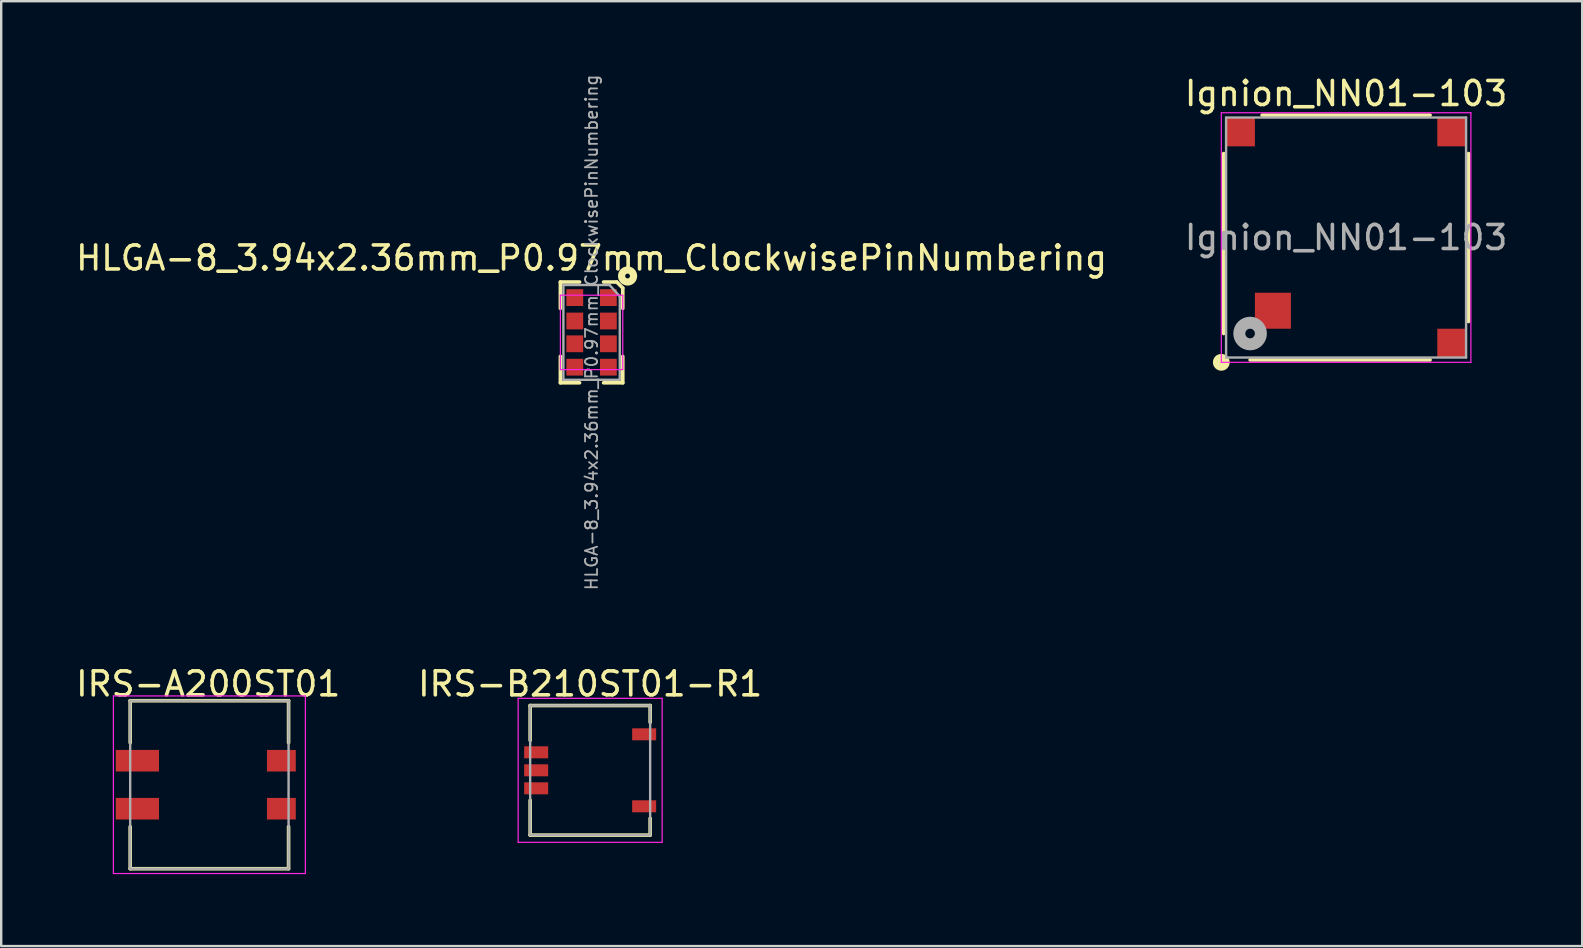
<source format=kicad_pcb>
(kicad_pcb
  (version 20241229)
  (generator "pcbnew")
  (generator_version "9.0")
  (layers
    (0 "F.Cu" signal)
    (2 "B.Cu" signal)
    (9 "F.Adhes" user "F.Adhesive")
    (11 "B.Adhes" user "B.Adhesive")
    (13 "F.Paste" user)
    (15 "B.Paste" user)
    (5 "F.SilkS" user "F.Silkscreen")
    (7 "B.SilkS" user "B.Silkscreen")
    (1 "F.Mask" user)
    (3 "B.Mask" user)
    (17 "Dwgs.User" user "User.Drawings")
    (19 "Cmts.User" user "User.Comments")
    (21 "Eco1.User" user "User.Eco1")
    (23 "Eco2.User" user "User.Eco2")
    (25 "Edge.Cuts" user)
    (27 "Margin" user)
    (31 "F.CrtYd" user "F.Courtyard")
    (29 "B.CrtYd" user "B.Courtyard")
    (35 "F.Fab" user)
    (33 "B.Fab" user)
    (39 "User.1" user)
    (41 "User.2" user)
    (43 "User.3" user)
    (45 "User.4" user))
  (footprint "HLGA-8_3.94x2.36mm_P0.97mm_ClockwisePinNumbering"
    (layer "F.Cu")
    (at 21.601 10.801)
    (property "Reference" "HLGA-8_3.94x2.36mm_P0.97mm_ClockwisePinNumbering" (at 0 -3.1 0) (layer "F.SilkS") (effects (font (size 1 1) (thickness 0.15))))
    (attr smd)
    (fp_line (start -1.3 -2.1) (end -1.3 -1) (stroke (width 0.15) (type solid)) (layer "F.SilkS"))
    (fp_line (start -1.3 -2.1) (end -0.5 -2.1) (stroke (width 0.15) (type solid)) (layer "F.SilkS"))
    (fp_line (start -1.3 2.1) (end -1.3 1) (stroke (width 0.15) (type solid)) (layer "F.SilkS"))
    (fp_line (start -0.5 2.1) (end -1.3 2.1) (stroke (width 0.15) (type solid)) (layer "F.SilkS"))
    (fp_line (start 0.5 -2.1) (end 1.05 -2.1) (stroke (width 0.15) (type solid)) (layer "F.SilkS"))
    (fp_line (start 1.05 -2.1) (end 1.3 -1.85) (stroke (width 0.15) (type solid)) (layer "F.SilkS"))
    (fp_line (start 1.3 -1.85) (end 1.3 -1) (stroke (width 0.15) (type solid)) (layer "F.SilkS"))
    (fp_line (start 1.3 2.1) (end 0.5 2.1) (stroke (width 0.15) (type solid)) (layer "F.SilkS"))
    (fp_line (start 1.3 2.1) (end 1.3 1) (stroke (width 0.15) (type solid)) (layer "F.SilkS"))
    (fp_circle (center 1.5 -2.35) (end 1.6 -2.35) (stroke (width 0.3) (type solid)) (fill no) (layer "F.SilkS"))
    (fp_line (start -1.3 -1.55) (end 1.3 -1.55) (stroke (width 0.05) (type solid)) (layer "F.CrtYd"))
    (fp_line (start -1.3 1.55) (end -1.3 -1.55) (stroke (width 0.05) (type solid)) (layer "F.CrtYd"))
    (fp_line (start 1.3 -1.55) (end 1.3 1.55) (stroke (width 0.05) (type solid)) (layer "F.CrtYd"))
    (fp_line (start 1.3 1.55) (end -1.3 1.55) (stroke (width 0.05) (type solid)) (layer "F.CrtYd"))
    (fp_line (start -1.175 -1.975) (end -1.175 1.975) (stroke (width 0.1) (type solid)) (layer "F.Fab"))
    (fp_line (start -1.175 -1.975) (end 0.75 -1.975) (stroke (width 0.1) (type solid)) (layer "F.Fab"))
    (fp_line (start 1.175 -1.5) (end 0.75 -1.975) (stroke (width 0.1) (type solid)) (layer "F.Fab"))
    (fp_line (start 1.175 1.975) (end -1.175 1.975) (stroke (width 0.1) (type solid)) (layer "F.Fab"))
    (fp_line (start 1.175 1.975) (end 1.175 -1.5) (stroke (width 0.1) (type solid)) (layer "F.Fab"))
    (fp_text user "${REFERENCE}" (at 0 0 270) (layer "F.Fab") (effects (font (size 0.5 0.5) (thickness 0.075))))
    (pad "1" smd rect (at 0.7 -1.45) (size 0.7 0.7) (layers "F.Cu" "F.Mask" "F.Paste"))
    (pad "2" smd rect (at 0.7 -0.475) (size 0.7 0.7) (layers "F.Cu" "F.Mask" "F.Paste"))
    (pad "3" smd rect (at 0.7 0.475) (size 0.7 0.7) (layers "F.Cu" "F.Mask" "F.Paste"))
    (pad "4" smd rect (at 0.7 1.45) (size 0.7 0.7) (layers "F.Cu" "F.Mask" "F.Paste"))
    (pad "5" smd rect (at -0.7 1.45) (size 0.7 0.7) (layers "F.Cu" "F.Mask" "F.Paste"))
    (pad "6" smd rect (at -0.7 0.475) (size 0.7 0.7) (layers "F.Cu" "F.Mask" "F.Paste"))
    (pad "7" smd rect (at -0.7 -0.475) (size 0.7 0.7) (layers "F.Cu" "F.Mask" "F.Paste"))
    (pad "8" smd rect (at -0.7 -1.45) (size 0.7 0.7) (layers "F.Cu" "F.Mask" "F.Paste")))
  (footprint "Ignion_NN01-103"
    (layer "F.Cu")
    (at 53.042 6.848)
    (property "Reference" "Ignion_NN01-103" (at 0 -6 0) (layer "F.SilkS") (effects (font (size 1 1) (thickness 0.15))))
    (attr smd)
    (fp_line (start -5.1 4) (end -5.1 -3.5) (stroke (width 0.15) (type solid)) (layer "F.SilkS"))
    (fp_line (start 3.5 -5.1) (end -3.5 -5.1) (stroke (width 0.15) (type solid)) (layer "F.SilkS"))
    (fp_line (start 3.5 5.1) (end -4 5.1) (stroke (width 0.15) (type solid)) (layer "F.SilkS"))
    (fp_line (start 5.1 3.5) (end 5.1 -3.5) (stroke (width 0.15) (type solid)) (layer "F.SilkS"))
    (fp_circle (center -5.2 5.2) (end -5.1 5.2) (stroke (width 0.5) (type solid)) (fill yes) (layer "F.SilkS"))
    (fp_line (start -5.2 -5.2) (end 5.2 -5.2) (stroke (width 0.05) (type solid)) (layer "F.CrtYd"))
    (fp_line (start -5.2 5.2) (end -5.2 -5.2) (stroke (width 0.05) (type solid)) (layer "F.CrtYd"))
    (fp_line (start 5.2 -5.2) (end 5.2 5.2) (stroke (width 0.05) (type solid)) (layer "F.CrtYd"))
    (fp_line (start 5.2 5.2) (end -5.2 5.2) (stroke (width 0.05) (type solid)) (layer "F.CrtYd"))
    (fp_line (start -5 -5) (end -5 5) (stroke (width 0.1) (type solid)) (layer "F.Fab"))
    (fp_line (start -5 5) (end 5 5) (stroke (width 0.1) (type solid)) (layer "F.Fab"))
    (fp_line (start 5 -5) (end -5 -5) (stroke (width 0.1) (type solid)) (layer "F.Fab"))
    (fp_line (start 5 5) (end 5 -5) (stroke (width 0.1) (type solid)) (layer "F.Fab"))
    (fp_circle (center -4 4) (end -3.8 4) (stroke (width 0.5) (type solid)) (fill no) (layer "F.Fab"))
    (fp_text user "${REFERENCE}" (at 0 0 0) (layer "F.Fab") (effects (font (size 1 1) (thickness 0.15))))
    (pad "1" smd rect (at -3.05 3.05) (size 1.5 1.5) (layers "F.Cu" "F.Mask" "F.Paste"))
    (pad "2" smd rect (at 4.4 4.4) (size 1.2 1.2) (layers "F.Cu" "F.Mask" "F.Paste"))
    (pad "3" smd rect (at 4.4 -4.4) (size 1.2 1.2) (layers "F.Cu" "F.Mask" "F.Paste"))
    (pad "4" smd rect (at -4.4 -4.4) (size 1.2 1.2) (layers "F.Cu" "F.Mask" "F.Paste")))
  (footprint "IRS-A200ST01"
    (layer "F.Cu")
    (at 5.675 29.649)
    (property "Reference" "IRS-A200ST01" (at -0.05 -4.2 0) (layer "F.SilkS") (effects (font (size 1 1) (thickness 0.15))))
    (attr smd)
    (fp_line (start -3.3 -3.5) (end -3.3 -1.75) (stroke (width 0.15) (type solid)) (layer "F.SilkS"))
    (fp_line (start -3.3 3.5) (end -3.3 1.75) (stroke (width 0.15) (type solid)) (layer "F.SilkS"))
    (fp_line (start -3.3 3.5) (end 3.3 3.5) (stroke (width 0.15) (type solid)) (layer "F.SilkS"))
    (fp_line (start 3.3 -3.5) (end -3.3 -3.5) (stroke (width 0.15) (type solid)) (layer "F.SilkS"))
    (fp_line (start 3.3 -3.5) (end 3.3 -1.75) (stroke (width 0.15) (type solid)) (layer "F.SilkS"))
    (fp_line (start 3.3 3.5) (end 3.3 1.75) (stroke (width 0.15) (type solid)) (layer "F.SilkS"))
    (fp_line (start -4 -3.7) (end -4 3.7) (stroke (width 0.05) (type solid)) (layer "F.CrtYd"))
    (fp_line (start -4 3.7) (end 4 3.7) (stroke (width 0.05) (type solid)) (layer "F.CrtYd"))
    (fp_line (start 4 -3.7) (end -4 -3.7) (stroke (width 0.05) (type solid)) (layer "F.CrtYd"))
    (fp_line (start 4 3.7) (end 4 -3.7) (stroke (width 0.05) (type solid)) (layer "F.CrtYd"))
    (fp_line (start -3.3 -3.5) (end -3.3 3.5) (stroke (width 0.1) (type solid)) (layer "F.Fab"))
    (fp_line (start -3.3 3.5) (end 3.3 3.5) (stroke (width 0.1) (type solid)) (layer "F.Fab"))
    (fp_line (start 3.3 -3.5) (end -3.3 -3.5) (stroke (width 0.1) (type solid)) (layer "F.Fab"))
    (fp_line (start 3.3 3.5) (end 3.3 -3.5) (stroke (width 0.1) (type solid)) (layer "F.Fab"))
    (pad "1" smd rect (at -3 -1 180) (size 1.8 0.9) (layers "F.Cu" "F.Mask" "F.Paste"))
    (pad "2" smd rect (at -3 1 180) (size 1.8 0.9) (layers "F.Cu" "F.Mask" "F.Paste"))
    (pad "3" smd rect (at 3 1 180) (size 1.2 0.9) (layers "F.Cu" "F.Mask" "F.Paste"))
    (pad "4" smd rect (at 3 -1 180) (size 1.2 0.9) (layers "F.Cu" "F.Mask" "F.Paste")))
  (footprint "IRS-B210ST01-R1"
    (layer "F.Cu")
    (at 21.542 29.049)
    (property "Reference" "IRS-B210ST01-R1" (at 0 -3.6 0) (layer "F.SilkS") (effects (font (size 1 1) (thickness 0.15))))
    (attr through_hole)
    (fp_line (start -2.5 -2.7) (end -2.5 -1.25) (stroke (width 0.15) (type solid)) (layer "F.SilkS"))
    (fp_line (start -2.5 2.7) (end -2.5 1.25) (stroke (width 0.15) (type solid)) (layer "F.SilkS"))
    (fp_line (start 2.5 -2.7) (end -2.5 -2.7) (stroke (width 0.15) (type solid)) (layer "F.SilkS"))
    (fp_line (start 2.5 -2.7) (end 2.5 -2) (stroke (width 0.15) (type solid)) (layer "F.SilkS"))
    (fp_line (start 2.5 2.7) (end -2.5 2.7) (stroke (width 0.15) (type solid)) (layer "F.SilkS"))
    (fp_line (start 2.5 2.7) (end 2.5 2) (stroke (width 0.15) (type solid)) (layer "F.SilkS"))
    (fp_line (start -3 -3) (end -3 3) (stroke (width 0.05) (type solid)) (layer "F.CrtYd"))
    (fp_line (start -3 3) (end 3 3) (stroke (width 0.05) (type solid)) (layer "F.CrtYd"))
    (fp_line (start 3 -3) (end -3 -3) (stroke (width 0.05) (type solid)) (layer "F.CrtYd"))
    (fp_line (start 3 3) (end 3 -3) (stroke (width 0.05) (type solid)) (layer "F.CrtYd"))
    (fp_line (start -2.5 -2.7) (end -2.5 2.7) (stroke (width 0.1) (type solid)) (layer "F.Fab"))
    (fp_line (start -2.5 2.7) (end 2.5 2.7) (stroke (width 0.1) (type solid)) (layer "F.Fab"))
    (fp_line (start 2.5 -2.7) (end -2.5 -2.7) (stroke (width 0.1) (type solid)) (layer "F.Fab"))
    (fp_line (start 2.5 2.7) (end 2.5 -2.7) (stroke (width 0.1) (type solid)) (layer "F.Fab"))
    (pad "1" smd rect (at -2.25 -0.75 180) (size 1 0.5) (layers "F.Cu" "F.Mask" "F.Paste"))
    (pad "2" smd rect (at -2.25 0 180) (size 1 0.5) (layers "F.Cu" "F.Mask" "F.Paste"))
    (pad "3" smd rect (at -2.25 0.75 180) (size 1 0.5) (layers "F.Cu" "F.Mask" "F.Paste"))
    (pad "4" smd rect (at 2.25 1.5 180) (size 1 0.5) (layers "F.Cu" "F.Mask" "F.Paste"))
    (pad "5" smd rect (at 2.25 -1.5 180) (size 1 0.5) (layers "F.Cu" "F.Mask" "F.Paste")))
  (gr_rect
    (start -3 -3)
    (end 62.881 36.374)
    (stroke (width 0.1) (type default))
    (fill no)
    (layer "Edge.Cuts")))
</source>
